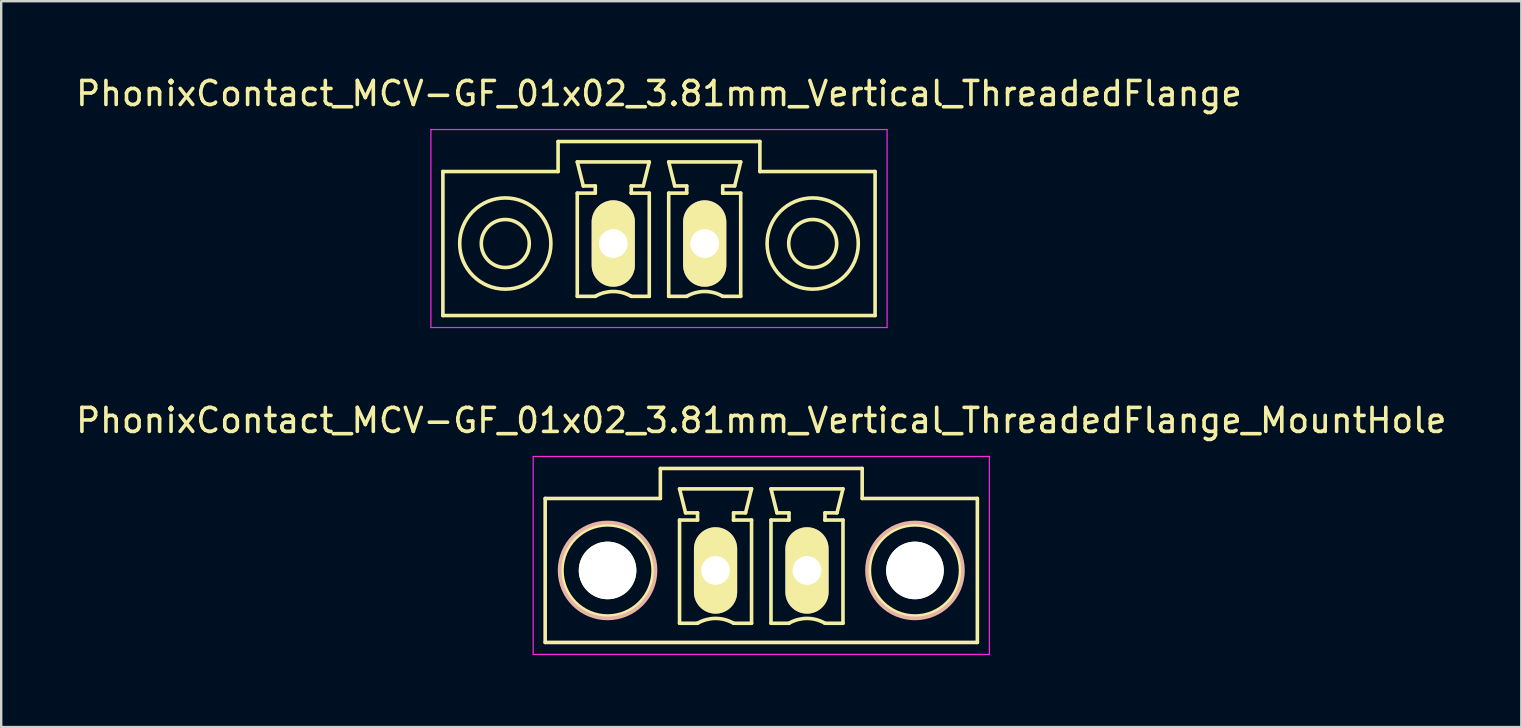
<source format=kicad_pcb>
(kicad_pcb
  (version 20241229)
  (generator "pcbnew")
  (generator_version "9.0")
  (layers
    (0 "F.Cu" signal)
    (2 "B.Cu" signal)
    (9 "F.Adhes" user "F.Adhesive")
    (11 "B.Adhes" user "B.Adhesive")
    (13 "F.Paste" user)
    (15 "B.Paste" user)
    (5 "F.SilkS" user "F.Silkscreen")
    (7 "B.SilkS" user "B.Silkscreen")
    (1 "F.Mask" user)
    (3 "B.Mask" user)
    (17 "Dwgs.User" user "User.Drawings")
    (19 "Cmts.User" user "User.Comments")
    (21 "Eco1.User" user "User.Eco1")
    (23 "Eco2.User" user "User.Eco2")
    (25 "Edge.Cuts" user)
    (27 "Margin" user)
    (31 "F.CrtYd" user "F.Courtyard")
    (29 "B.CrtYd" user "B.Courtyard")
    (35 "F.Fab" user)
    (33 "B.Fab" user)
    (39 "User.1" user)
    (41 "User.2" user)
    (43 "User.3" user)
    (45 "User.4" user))
  (footprint "PhonixContact_MCV-GF_01x02_3.81mm_Vertical_ThreadedFlange"
    (layer "F.Cu")
    (at 22.506 7.098)
    (property "Reference" "PhonixContact_MCV-GF_01x02_3.81mm_Vertical_ThreadedFlange" (at 1.905 -6.25 0) (layer "F.SilkS") (effects (font (size 1 1) (thickness 0.15))))
    (attr through_hole)
    (fp_line (start -7.1 -3) (end -7.1 3) (stroke (width 0.15) (type solid)) (layer "F.SilkS"))
    (fp_line (start -7.1 3) (end 10.91 3) (stroke (width 0.15) (type solid)) (layer "F.SilkS"))
    (fp_line (start -2.3 -4.25) (end -2.3 -3) (stroke (width 0.15) (type solid)) (layer "F.SilkS"))
    (fp_line (start -2.3 -3) (end -7.1 -3) (stroke (width 0.15) (type solid)) (layer "F.SilkS"))
    (fp_line (start -1.5 -3.4) (end 1.5 -3.4) (stroke (width 0.15) (type solid)) (layer "F.SilkS"))
    (fp_line (start -1.5 -2.1) (end -0.75 -2.1) (stroke (width 0.15) (type solid)) (layer "F.SilkS"))
    (fp_line (start -1.5 2.2) (end -1.5 -2.1) (stroke (width 0.15) (type solid)) (layer "F.SilkS"))
    (fp_line (start -1.25 -2.4) (end -1.5 -3.4) (stroke (width 0.15) (type solid)) (layer "F.SilkS"))
    (fp_line (start -0.75 -2.4) (end -1.25 -2.4) (stroke (width 0.15) (type solid)) (layer "F.SilkS"))
    (fp_line (start -0.75 -2.1) (end -0.75 -2.4) (stroke (width 0.15) (type solid)) (layer "F.SilkS"))
    (fp_line (start -0.75 2.2) (end -1.5 2.2) (stroke (width 0.15) (type solid)) (layer "F.SilkS"))
    (fp_line (start 0.75 -2.4) (end 0.75 -2.1) (stroke (width 0.15) (type solid)) (layer "F.SilkS"))
    (fp_line (start 0.75 -2.1) (end 0.75 -2.1) (stroke (width 0.15) (type solid)) (layer "F.SilkS"))
    (fp_line (start 0.75 -2.1) (end 1.5 -2.1) (stroke (width 0.15) (type solid)) (layer "F.SilkS"))
    (fp_line (start 1.25 -2.4) (end 0.75 -2.4) (stroke (width 0.15) (type solid)) (layer "F.SilkS"))
    (fp_line (start 1.5 -3.4) (end 1.25 -2.4) (stroke (width 0.15) (type solid)) (layer "F.SilkS"))
    (fp_line (start 1.5 -2.1) (end 1.5 2.2) (stroke (width 0.15) (type solid)) (layer "F.SilkS"))
    (fp_line (start 1.5 2.2) (end 0.75 2.2) (stroke (width 0.15) (type solid)) (layer "F.SilkS"))
    (fp_line (start 2.31 -3.4) (end 5.31 -3.4) (stroke (width 0.15) (type solid)) (layer "F.SilkS"))
    (fp_line (start 2.31 -2.1) (end 3.06 -2.1) (stroke (width 0.15) (type solid)) (layer "F.SilkS"))
    (fp_line (start 2.31 2.2) (end 2.31 -2.1) (stroke (width 0.15) (type solid)) (layer "F.SilkS"))
    (fp_line (start 2.56 -2.4) (end 2.31 -3.4) (stroke (width 0.15) (type solid)) (layer "F.SilkS"))
    (fp_line (start 3.06 -2.4) (end 2.56 -2.4) (stroke (width 0.15) (type solid)) (layer "F.SilkS"))
    (fp_line (start 3.06 -2.1) (end 3.06 -2.4) (stroke (width 0.15) (type solid)) (layer "F.SilkS"))
    (fp_line (start 3.06 2.2) (end 2.31 2.2) (stroke (width 0.15) (type solid)) (layer "F.SilkS"))
    (fp_line (start 4.56 -2.4) (end 4.56 -2.1) (stroke (width 0.15) (type solid)) (layer "F.SilkS"))
    (fp_line (start 4.56 -2.1) (end 4.56 -2.1) (stroke (width 0.15) (type solid)) (layer "F.SilkS"))
    (fp_line (start 4.56 -2.1) (end 5.31 -2.1) (stroke (width 0.15) (type solid)) (layer "F.SilkS"))
    (fp_line (start 5.06 -2.4) (end 4.56 -2.4) (stroke (width 0.15) (type solid)) (layer "F.SilkS"))
    (fp_line (start 5.31 -3.4) (end 5.06 -2.4) (stroke (width 0.15) (type solid)) (layer "F.SilkS"))
    (fp_line (start 5.31 -2.1) (end 5.31 2.2) (stroke (width 0.15) (type solid)) (layer "F.SilkS"))
    (fp_line (start 5.31 2.2) (end 4.56 2.2) (stroke (width 0.15) (type solid)) (layer "F.SilkS"))
    (fp_line (start 6.11 -4.25) (end -2.3 -4.25) (stroke (width 0.15) (type solid)) (layer "F.SilkS"))
    (fp_line (start 6.11 -3) (end 6.11 -4.25) (stroke (width 0.15) (type solid)) (layer "F.SilkS"))
    (fp_line (start 10.91 -3) (end 6.11 -3) (stroke (width 0.15) (type solid)) (layer "F.SilkS"))
    (fp_line (start 10.91 3) (end 10.91 -3) (stroke (width 0.15) (type solid)) (layer "F.SilkS"))
    (fp_arc (start -0.75 2.2) (mid -0.006068 1.999179) (end 0.739464 2.193978) (stroke (width 0.15) (type solid)) (layer "F.SilkS"))
    (fp_arc (start 3.06 2.2) (mid 3.803932 1.999179) (end 4.549464 2.193978) (stroke (width 0.15) (type solid)) (layer "F.SilkS"))
    (fp_circle (center -4.5 0) (end -3.5 0) (stroke (width 0.15) (type solid)) (fill no) (layer "F.SilkS"))
    (fp_circle (center -4.5 0) (end -2.6 0) (stroke (width 0.15) (type solid)) (fill no) (layer "F.SilkS"))
    (fp_circle (center 8.31 0) (end 9.31 0) (stroke (width 0.15) (type solid)) (fill no) (layer "F.SilkS"))
    (fp_circle (center 8.31 0) (end 10.21 0) (stroke (width 0.15) (type solid)) (fill no) (layer "F.SilkS"))
    (fp_line (start -7.6 -4.75) (end -7.6 3.5) (stroke (width 0.05) (type solid)) (layer "F.CrtYd"))
    (fp_line (start -7.6 3.5) (end 11.41 3.5) (stroke (width 0.05) (type solid)) (layer "F.CrtYd"))
    (fp_line (start 11.41 -4.75) (end -7.6 -4.75) (stroke (width 0.05) (type solid)) (layer "F.CrtYd"))
    (fp_line (start 11.41 3.5) (end 11.41 -4.75) (stroke (width 0.05) (type solid)) (layer "F.CrtYd"))
    (pad "1" thru_hole oval (at 0 0) (size 1.8 3.6) (drill 1.2) (layers "*.Cu" "*.Mask" "F.SilkS"))
    (pad "2" thru_hole oval (at 3.81 0) (size 1.8 3.6) (drill 1.2) (layers "*.Cu" "*.Mask" "F.SilkS")))
  (footprint "PhonixContact_MCV-GF_01x02_3.81mm_Vertical_ThreadedFlange_MountHole"
    (layer "F.Cu")
    (at 26.768 20.721)
    (property "Reference" "PhonixContact_MCV-GF_01x02_3.81mm_Vertical_ThreadedFlange_MountHole" (at 1.905 -6.25 0) (layer "F.SilkS") (effects (font (size 1 1) (thickness 0.15))))
    (attr through_hole)
    (fp_line (start -7.1 -3) (end -7.1 3) (stroke (width 0.15) (type solid)) (layer "F.SilkS"))
    (fp_line (start -7.1 3) (end 10.91 3) (stroke (width 0.15) (type solid)) (layer "F.SilkS"))
    (fp_line (start -2.3 -4.25) (end -2.3 -3) (stroke (width 0.15) (type solid)) (layer "F.SilkS"))
    (fp_line (start -2.3 -3) (end -7.1 -3) (stroke (width 0.15) (type solid)) (layer "F.SilkS"))
    (fp_line (start -1.5 -3.4) (end 1.5 -3.4) (stroke (width 0.15) (type solid)) (layer "F.SilkS"))
    (fp_line (start -1.5 -2.1) (end -0.75 -2.1) (stroke (width 0.15) (type solid)) (layer "F.SilkS"))
    (fp_line (start -1.5 2.2) (end -1.5 -2.1) (stroke (width 0.15) (type solid)) (layer "F.SilkS"))
    (fp_line (start -1.25 -2.4) (end -1.5 -3.4) (stroke (width 0.15) (type solid)) (layer "F.SilkS"))
    (fp_line (start -0.75 -2.4) (end -1.25 -2.4) (stroke (width 0.15) (type solid)) (layer "F.SilkS"))
    (fp_line (start -0.75 -2.1) (end -0.75 -2.4) (stroke (width 0.15) (type solid)) (layer "F.SilkS"))
    (fp_line (start -0.75 2.2) (end -1.5 2.2) (stroke (width 0.15) (type solid)) (layer "F.SilkS"))
    (fp_line (start 0.75 -2.4) (end 0.75 -2.1) (stroke (width 0.15) (type solid)) (layer "F.SilkS"))
    (fp_line (start 0.75 -2.1) (end 0.75 -2.1) (stroke (width 0.15) (type solid)) (layer "F.SilkS"))
    (fp_line (start 0.75 -2.1) (end 1.5 -2.1) (stroke (width 0.15) (type solid)) (layer "F.SilkS"))
    (fp_line (start 1.25 -2.4) (end 0.75 -2.4) (stroke (width 0.15) (type solid)) (layer "F.SilkS"))
    (fp_line (start 1.5 -3.4) (end 1.25 -2.4) (stroke (width 0.15) (type solid)) (layer "F.SilkS"))
    (fp_line (start 1.5 -2.1) (end 1.5 2.2) (stroke (width 0.15) (type solid)) (layer "F.SilkS"))
    (fp_line (start 1.5 2.2) (end 0.75 2.2) (stroke (width 0.15) (type solid)) (layer "F.SilkS"))
    (fp_line (start 2.31 -3.4) (end 5.31 -3.4) (stroke (width 0.15) (type solid)) (layer "F.SilkS"))
    (fp_line (start 2.31 -2.1) (end 3.06 -2.1) (stroke (width 0.15) (type solid)) (layer "F.SilkS"))
    (fp_line (start 2.31 2.2) (end 2.31 -2.1) (stroke (width 0.15) (type solid)) (layer "F.SilkS"))
    (fp_line (start 2.56 -2.4) (end 2.31 -3.4) (stroke (width 0.15) (type solid)) (layer "F.SilkS"))
    (fp_line (start 3.06 -2.4) (end 2.56 -2.4) (stroke (width 0.15) (type solid)) (layer "F.SilkS"))
    (fp_line (start 3.06 -2.1) (end 3.06 -2.4) (stroke (width 0.15) (type solid)) (layer "F.SilkS"))
    (fp_line (start 3.06 2.2) (end 2.31 2.2) (stroke (width 0.15) (type solid)) (layer "F.SilkS"))
    (fp_line (start 4.56 -2.4) (end 4.56 -2.1) (stroke (width 0.15) (type solid)) (layer "F.SilkS"))
    (fp_line (start 4.56 -2.1) (end 4.56 -2.1) (stroke (width 0.15) (type solid)) (layer "F.SilkS"))
    (fp_line (start 4.56 -2.1) (end 5.31 -2.1) (stroke (width 0.15) (type solid)) (layer "F.SilkS"))
    (fp_line (start 5.06 -2.4) (end 4.56 -2.4) (stroke (width 0.15) (type solid)) (layer "F.SilkS"))
    (fp_line (start 5.31 -3.4) (end 5.06 -2.4) (stroke (width 0.15) (type solid)) (layer "F.SilkS"))
    (fp_line (start 5.31 -2.1) (end 5.31 2.2) (stroke (width 0.15) (type solid)) (layer "F.SilkS"))
    (fp_line (start 5.31 2.2) (end 4.56 2.2) (stroke (width 0.15) (type solid)) (layer "F.SilkS"))
    (fp_line (start 6.11 -4.25) (end -2.3 -4.25) (stroke (width 0.15) (type solid)) (layer "F.SilkS"))
    (fp_line (start 6.11 -3) (end 6.11 -4.25) (stroke (width 0.15) (type solid)) (layer "F.SilkS"))
    (fp_line (start 10.91 -3) (end 6.11 -3) (stroke (width 0.15) (type solid)) (layer "F.SilkS"))
    (fp_line (start 10.91 3) (end 10.91 -3) (stroke (width 0.15) (type solid)) (layer "F.SilkS"))
    (fp_arc (start -0.75 2.2) (mid -0.006068 1.999179) (end 0.739464 2.193978) (stroke (width 0.15) (type solid)) (layer "F.SilkS"))
    (fp_arc (start 3.06 2.2) (mid 3.803932 1.999179) (end 4.549464 2.193978) (stroke (width 0.15) (type solid)) (layer "F.SilkS"))
    (fp_circle (center -4.5 0) (end -2.6 0) (stroke (width 0.15) (type solid)) (fill no) (layer "F.SilkS"))
    (fp_circle (center 8.31 0) (end 10.21 0) (stroke (width 0.15) (type solid)) (fill no) (layer "F.SilkS"))
    (fp_circle (center -4.5 0) (end -2.5 0) (stroke (width 0.15) (type solid)) (fill no) (layer "B.SilkS"))
    (fp_circle (center 8.31 0) (end 10.31 0) (stroke (width 0.15) (type solid)) (fill no) (layer "B.SilkS"))
    (fp_line (start -7.6 -4.75) (end -7.6 3.5) (stroke (width 0.05) (type solid)) (layer "F.CrtYd"))
    (fp_line (start -7.6 3.5) (end 11.41 3.5) (stroke (width 0.05) (type solid)) (layer "F.CrtYd"))
    (fp_line (start 11.41 -4.75) (end -7.6 -4.75) (stroke (width 0.05) (type solid)) (layer "F.CrtYd"))
    (fp_line (start 11.41 3.5) (end 11.41 -4.75) (stroke (width 0.05) (type solid)) (layer "F.CrtYd"))
    (pad "" np_thru_hole circle (at -4.5 0) (size 2.4 2.4) (drill 2.4) (layers "*.Cu" "*.Mask" "F.SilkS"))
    (pad "" np_thru_hole circle (at 8.31 0) (size 2.4 2.4) (drill 2.4) (layers "*.Cu" "*.Mask" "F.SilkS"))
    (pad "1" thru_hole oval (at 0 0) (size 1.8 3.6) (drill 1.2) (layers "*.Cu" "*.Mask" "F.SilkS"))
    (pad "2" thru_hole oval (at 3.81 0) (size 1.8 3.6) (drill 1.2) (layers "*.Cu" "*.Mask" "F.SilkS")))
  (gr_rect
    (start -3 -3)
    (end 60.345 27.247)
    (stroke (width 0.1) (type default))
    (fill no)
    (layer "Edge.Cuts")))
</source>
